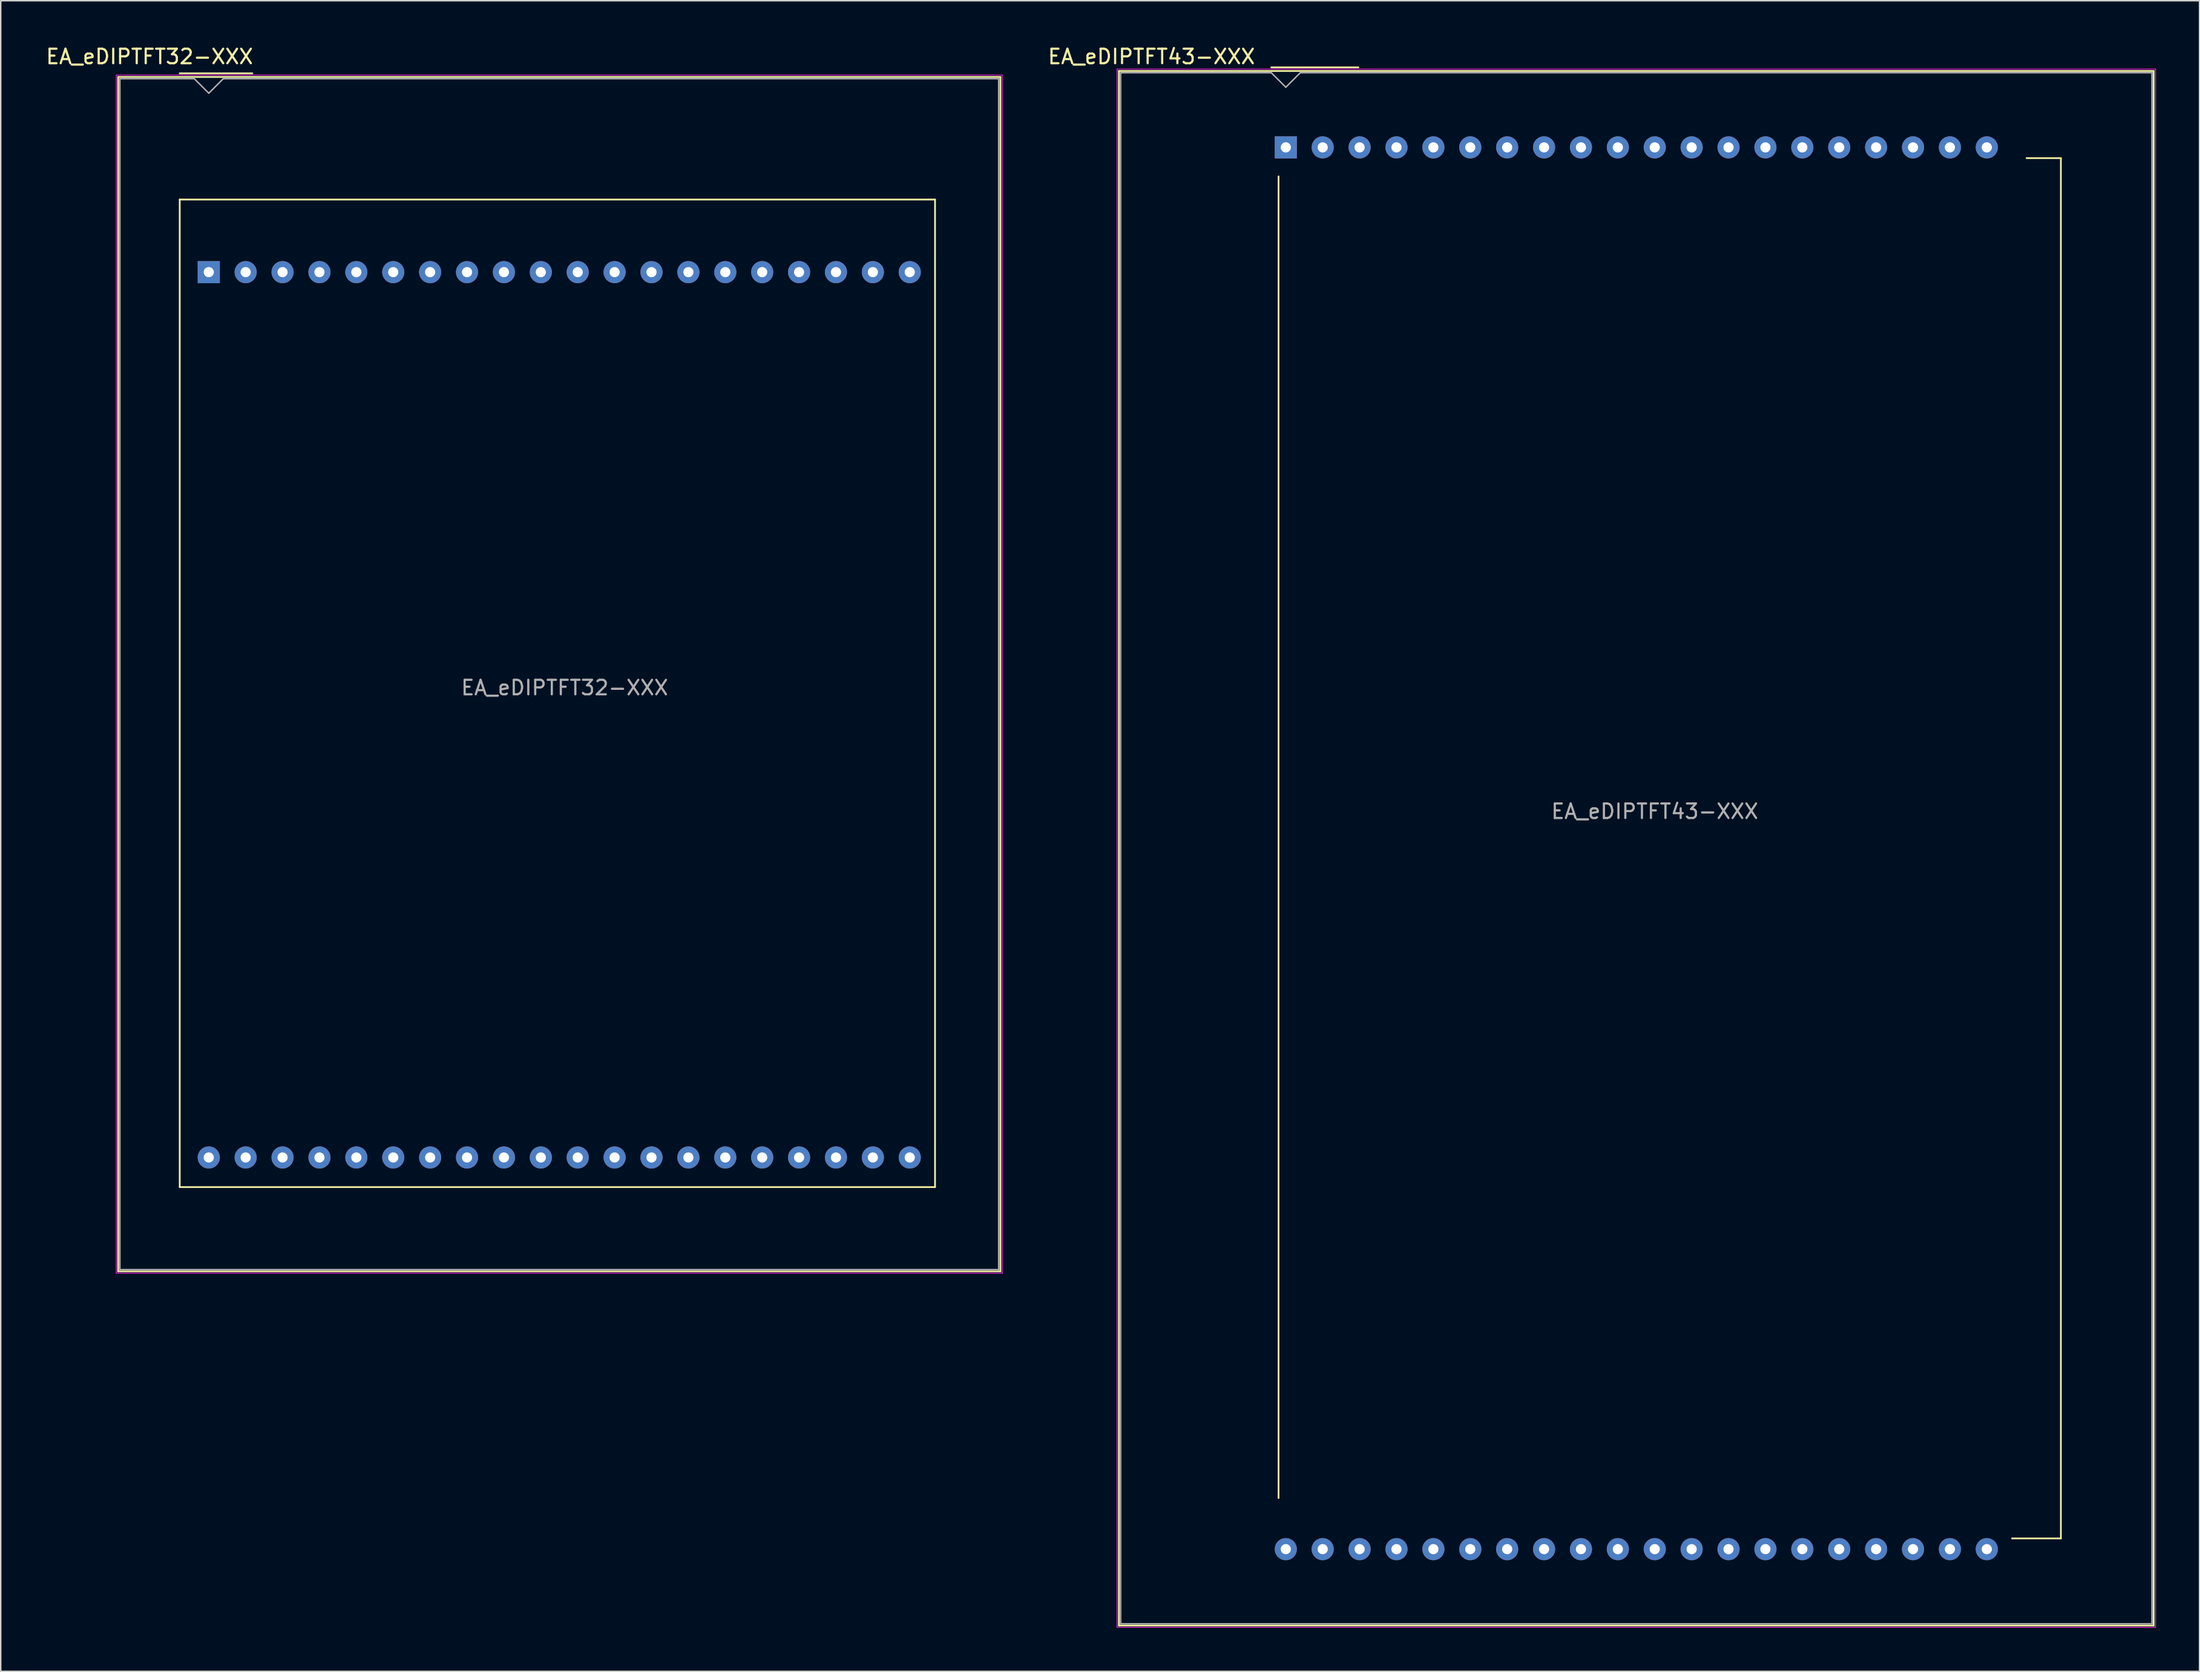
<source format=kicad_pcb>
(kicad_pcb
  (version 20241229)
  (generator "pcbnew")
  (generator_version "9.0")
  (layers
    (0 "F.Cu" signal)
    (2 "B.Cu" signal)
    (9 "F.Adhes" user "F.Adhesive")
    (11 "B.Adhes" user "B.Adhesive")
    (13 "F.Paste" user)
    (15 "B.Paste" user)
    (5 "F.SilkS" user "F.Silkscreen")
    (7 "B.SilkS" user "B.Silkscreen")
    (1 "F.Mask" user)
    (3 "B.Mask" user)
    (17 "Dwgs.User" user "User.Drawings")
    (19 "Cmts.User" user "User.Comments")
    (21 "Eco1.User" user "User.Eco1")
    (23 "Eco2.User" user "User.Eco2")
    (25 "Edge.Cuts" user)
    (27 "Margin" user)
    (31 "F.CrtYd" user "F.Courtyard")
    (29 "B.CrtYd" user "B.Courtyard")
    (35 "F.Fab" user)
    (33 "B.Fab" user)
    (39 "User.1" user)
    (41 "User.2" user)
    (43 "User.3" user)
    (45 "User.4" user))
  (footprint "EA_eDIPTFT43-XXX"
    (layer "F.Cu")
    (at 85.472 7.098)
    (property "Reference" "EA_eDIPTFT43-XXX" (at -9.25 -6.25 0) (layer "F.SilkS") (effects (font (size 1 1) (thickness 0.15))))
    (attr through_hole)
    (fp_line (start -11.49 -5.26) (end 59.75 -5.26) (stroke (width 0.12) (type solid)) (layer "F.SilkS"))
    (fp_line (start -11.49 101.78) (end -11.49 -5.26) (stroke (width 0.12) (type solid)) (layer "F.SilkS"))
    (fp_line (start -1 -5.51) (end 5 -5.51) (stroke (width 0.12) (type solid)) (layer "F.SilkS"))
    (fp_line (start -0.5 93) (end -0.5 2) (stroke (width 0.12) (type solid)) (layer "F.SilkS"))
    (fp_line (start 51 0.74) (end 53.36 0.74) (stroke (width 0.12) (type solid)) (layer "F.SilkS"))
    (fp_line (start 53.36 0.74) (end 53.36 95.78) (stroke (width 0.12) (type solid)) (layer "F.SilkS"))
    (fp_line (start 53.36 95.78) (end 50 95.78) (stroke (width 0.12) (type solid)) (layer "F.SilkS"))
    (fp_line (start 59.75 -5.26) (end 59.75 101.78) (stroke (width 0.12) (type solid)) (layer "F.SilkS"))
    (fp_line (start 59.75 101.78) (end -11.49 101.78) (stroke (width 0.12) (type solid)) (layer "F.SilkS"))
    (fp_line (start -11.62 -5.39) (end 59.88 -5.39) (stroke (width 0.05) (type solid)) (layer "F.CrtYd"))
    (fp_line (start -11.62 101.91) (end -11.62 -5.39) (stroke (width 0.05) (type solid)) (layer "F.CrtYd"))
    (fp_line (start 59.88 -5.39) (end 59.88 101.91) (stroke (width 0.05) (type solid)) (layer "F.CrtYd"))
    (fp_line (start 59.88 101.91) (end -11.62 101.91) (stroke (width 0.05) (type solid)) (layer "F.CrtYd"))
    (fp_line (start -11.37 -5.14) (end -1 -5.14) (stroke (width 0.1) (type solid)) (layer "F.Fab"))
    (fp_line (start -11.37 101.66) (end -11.37 -5.14) (stroke (width 0.1) (type solid)) (layer "F.Fab"))
    (fp_line (start -1 -5.14) (end 0 -4.14) (stroke (width 0.1) (type solid)) (layer "F.Fab"))
    (fp_line (start 0 -4.14) (end 1 -5.14) (stroke (width 0.1) (type solid)) (layer "F.Fab"))
    (fp_line (start 1 -5.14) (end 59.63 -5.14) (stroke (width 0.1) (type solid)) (layer "F.Fab"))
    (fp_line (start 59.63 -5.14) (end 59.63 101.66) (stroke (width 0.1) (type solid)) (layer "F.Fab"))
    (fp_line (start 59.63 101.66) (end -11.37 101.66) (stroke (width 0.1) (type solid)) (layer "F.Fab"))
    (fp_text user "${REFERENCE}" (at 25.4 45.72 0) (layer "F.Fab") (effects (font (size 1 1) (thickness 0.15))))
    (pad "1" thru_hole rect (at 0 0) (size 1.524 1.524) (drill 0.7) (layers "*.Cu" "*.Mask"))
    (pad "2" thru_hole circle (at 2.54 0) (size 1.524 1.524) (drill 0.7) (layers "*.Cu" "*.Mask"))
    (pad "3" thru_hole circle (at 5.08 0) (size 1.524 1.524) (drill 0.7) (layers "*.Cu" "*.Mask"))
    (pad "4" thru_hole circle (at 7.62 0) (size 1.524 1.524) (drill 0.7) (layers "*.Cu" "*.Mask"))
    (pad "5" thru_hole circle (at 10.16 0) (size 1.524 1.524) (drill 0.7) (layers "*.Cu" "*.Mask"))
    (pad "6" thru_hole circle (at 12.7 0) (size 1.524 1.524) (drill 0.7) (layers "*.Cu" "*.Mask"))
    (pad "7" thru_hole circle (at 15.24 0) (size 1.524 1.524) (drill 0.7) (layers "*.Cu" "*.Mask"))
    (pad "8" thru_hole circle (at 17.78 0) (size 1.524 1.524) (drill 0.7) (layers "*.Cu" "*.Mask"))
    (pad "9" thru_hole circle (at 20.32 0) (size 1.524 1.524) (drill 0.7) (layers "*.Cu" "*.Mask"))
    (pad "10" thru_hole circle (at 22.86 0) (size 1.524 1.524) (drill 0.7) (layers "*.Cu" "*.Mask"))
    (pad "11" thru_hole circle (at 25.4 0) (size 1.524 1.524) (drill 0.7) (layers "*.Cu" "*.Mask"))
    (pad "12" thru_hole circle (at 27.94 0) (size 1.524 1.524) (drill 0.7) (layers "*.Cu" "*.Mask"))
    (pad "13" thru_hole circle (at 30.48 0) (size 1.524 1.524) (drill 0.7) (layers "*.Cu" "*.Mask"))
    (pad "14" thru_hole circle (at 33.02 0) (size 1.524 1.524) (drill 0.7) (layers "*.Cu" "*.Mask"))
    (pad "15" thru_hole circle (at 35.56 0) (size 1.524 1.524) (drill 0.7) (layers "*.Cu" "*.Mask"))
    (pad "16" thru_hole circle (at 38.1 0) (size 1.524 1.524) (drill 0.7) (layers "*.Cu" "*.Mask"))
    (pad "17" thru_hole circle (at 40.64 0) (size 1.524 1.524) (drill 0.7) (layers "*.Cu" "*.Mask"))
    (pad "18" thru_hole circle (at 43.18 0) (size 1.524 1.524) (drill 0.7) (layers "*.Cu" "*.Mask"))
    (pad "19" thru_hole circle (at 45.72 0) (size 1.524 1.524) (drill 0.7) (layers "*.Cu" "*.Mask"))
    (pad "20" thru_hole circle (at 48.26 0) (size 1.524 1.524) (drill 0.7) (layers "*.Cu" "*.Mask"))
    (pad "21" thru_hole circle (at 48.26 96.52) (size 1.524 1.524) (drill 0.7) (layers "*.Cu" "*.Mask"))
    (pad "22" thru_hole circle (at 45.72 96.52) (size 1.524 1.524) (drill 0.7) (layers "*.Cu" "*.Mask"))
    (pad "23" thru_hole circle (at 43.18 96.52) (size 1.524 1.524) (drill 0.7) (layers "*.Cu" "*.Mask"))
    (pad "24" thru_hole circle (at 40.64 96.52) (size 1.524 1.524) (drill 0.7) (layers "*.Cu" "*.Mask"))
    (pad "25" thru_hole circle (at 38.1 96.52) (size 1.524 1.524) (drill 0.7) (layers "*.Cu" "*.Mask"))
    (pad "26" thru_hole circle (at 35.56 96.52) (size 1.524 1.524) (drill 0.7) (layers "*.Cu" "*.Mask"))
    (pad "27" thru_hole circle (at 33.02 96.52) (size 1.524 1.524) (drill 0.7) (layers "*.Cu" "*.Mask"))
    (pad "28" thru_hole circle (at 30.48 96.52) (size 1.524 1.524) (drill 0.7) (layers "*.Cu" "*.Mask"))
    (pad "29" thru_hole circle (at 27.94 96.52) (size 1.524 1.524) (drill 0.7) (layers "*.Cu" "*.Mask"))
    (pad "30" thru_hole circle (at 25.4 96.52) (size 1.524 1.524) (drill 0.7) (layers "*.Cu" "*.Mask"))
    (pad "31" thru_hole circle (at 22.86 96.52) (size 1.524 1.524) (drill 0.7) (layers "*.Cu" "*.Mask"))
    (pad "32" thru_hole circle (at 20.32 96.52) (size 1.524 1.524) (drill 0.7) (layers "*.Cu" "*.Mask"))
    (pad "33" thru_hole circle (at 17.78 96.52) (size 1.524 1.524) (drill 0.7) (layers "*.Cu" "*.Mask"))
    (pad "34" thru_hole circle (at 15.24 96.52) (size 1.524 1.524) (drill 0.7) (layers "*.Cu" "*.Mask"))
    (pad "35" thru_hole circle (at 12.7 96.52) (size 1.524 1.524) (drill 0.7) (layers "*.Cu" "*.Mask"))
    (pad "36" thru_hole circle (at 10.16 96.52) (size 1.524 1.524) (drill 0.7) (layers "*.Cu" "*.Mask"))
    (pad "37" thru_hole circle (at 7.62 96.52) (size 1.524 1.524) (drill 0.7) (layers "*.Cu" "*.Mask"))
    (pad "38" thru_hole circle (at 5.08 96.52) (size 1.524 1.524) (drill 0.7) (layers "*.Cu" "*.Mask"))
    (pad "39" thru_hole circle (at 2.54 96.52) (size 1.524 1.524) (drill 0.7) (layers "*.Cu" "*.Mask"))
    (pad "40" thru_hole circle (at 0 96.52) (size 1.524 1.524) (drill 0.7) (layers "*.Cu" "*.Mask")))
  (footprint "EA_eDIPTFT32-XXX"
    (layer "F.Cu")
    (at 11.323 15.689)
    (property "Reference" "EA_eDIPTFT32-XXX" (at -4.079 -14.841 0) (layer "F.SilkS") (effects (font (size 1 1) (thickness 0.15))))
    (attr through_hole)
    (fp_line (start -6.24 -13.44) (end -6.24 68.8) (stroke (width 0.12) (type solid)) (layer "F.SilkS"))
    (fp_line (start -6.24 68.8) (end 54.5 68.8) (stroke (width 0.12) (type solid)) (layer "F.SilkS"))
    (fp_line (start -2 -5) (end -2 63) (stroke (width 0.12) (type solid)) (layer "F.SilkS"))
    (fp_line (start -2 63) (end 50 63) (stroke (width 0.12) (type solid)) (layer "F.SilkS"))
    (fp_line (start 3 -13.69) (end -2 -13.69) (stroke (width 0.12) (type solid)) (layer "F.SilkS"))
    (fp_line (start 50 -5) (end -2 -5) (stroke (width 0.12) (type solid)) (layer "F.SilkS"))
    (fp_line (start 50 63) (end 50 -5) (stroke (width 0.12) (type solid)) (layer "F.SilkS"))
    (fp_line (start 54.5 -13.44) (end -6.24 -13.44) (stroke (width 0.12) (type solid)) (layer "F.SilkS"))
    (fp_line (start 54.5 68.8) (end 54.5 -13.44) (stroke (width 0.12) (type solid)) (layer "F.SilkS"))
    (fp_line (start -6.37 -13.57) (end -6.37 68.93) (stroke (width 0.05) (type solid)) (layer "F.CrtYd"))
    (fp_line (start -6.37 68.93) (end 54.63 68.93) (stroke (width 0.05) (type solid)) (layer "F.CrtYd"))
    (fp_line (start 54.63 -13.57) (end -6.37 -13.57) (stroke (width 0.05) (type solid)) (layer "F.CrtYd"))
    (fp_line (start 54.63 68.93) (end 54.63 -13.57) (stroke (width 0.05) (type solid)) (layer "F.CrtYd"))
    (fp_line (start -6.12 -13.32) (end -6.12 68.68) (stroke (width 0.1) (type solid)) (layer "F.Fab"))
    (fp_line (start -6.12 68.68) (end 54.38 68.68) (stroke (width 0.1) (type solid)) (layer "F.Fab"))
    (fp_line (start -1 -13.32) (end -6.12 -13.32) (stroke (width 0.1) (type solid)) (layer "F.Fab"))
    (fp_line (start 0 -12.32) (end -1 -13.32) (stroke (width 0.1) (type solid)) (layer "F.Fab"))
    (fp_line (start 1 -13.32) (end 0 -12.32) (stroke (width 0.1) (type solid)) (layer "F.Fab"))
    (fp_line (start 54.38 -13.32) (end 1 -13.32) (stroke (width 0.1) (type solid)) (layer "F.Fab"))
    (fp_line (start 54.38 68.68) (end 54.38 -13.32) (stroke (width 0.1) (type solid)) (layer "F.Fab"))
    (fp_text user "${REFERENCE}" (at 24.498 28.613 0) (layer "F.Fab") (effects (font (size 1 1) (thickness 0.15))))
    (pad "1" thru_hole rect (at 0 0) (size 1.524 1.524) (drill 0.7) (layers "*.Cu" "*.Mask"))
    (pad "2" thru_hole circle (at 2.54 0 90) (size 1.524 1.524) (drill 0.7) (layers "*.Cu" "*.Mask"))
    (pad "3" thru_hole circle (at 5.08 0 90) (size 1.524 1.524) (drill 0.7) (layers "*.Cu" "*.Mask"))
    (pad "4" thru_hole circle (at 7.62 0 90) (size 1.524 1.524) (drill 0.7) (layers "*.Cu" "*.Mask"))
    (pad "5" thru_hole circle (at 10.16 0 90) (size 1.524 1.524) (drill 0.7) (layers "*.Cu" "*.Mask"))
    (pad "6" thru_hole circle (at 12.7 0 90) (size 1.524 1.524) (drill 0.7) (layers "*.Cu" "*.Mask"))
    (pad "7" thru_hole circle (at 15.24 0 90) (size 1.524 1.524) (drill 0.7) (layers "*.Cu" "*.Mask"))
    (pad "8" thru_hole circle (at 17.78 0 90) (size 1.524 1.524) (drill 0.7) (layers "*.Cu" "*.Mask"))
    (pad "9" thru_hole circle (at 20.32 0 90) (size 1.524 1.524) (drill 0.7) (layers "*.Cu" "*.Mask"))
    (pad "10" thru_hole circle (at 22.86 0 90) (size 1.524 1.524) (drill 0.7) (layers "*.Cu" "*.Mask"))
    (pad "11" thru_hole circle (at 25.4 0 90) (size 1.524 1.524) (drill 0.7) (layers "*.Cu" "*.Mask"))
    (pad "12" thru_hole circle (at 27.94 0 90) (size 1.524 1.524) (drill 0.7) (layers "*.Cu" "*.Mask"))
    (pad "13" thru_hole circle (at 30.48 0 90) (size 1.524 1.524) (drill 0.7) (layers "*.Cu" "*.Mask"))
    (pad "14" thru_hole circle (at 33.02 0 90) (size 1.524 1.524) (drill 0.7) (layers "*.Cu" "*.Mask"))
    (pad "15" thru_hole circle (at 35.56 0 90) (size 1.524 1.524) (drill 0.7) (layers "*.Cu" "*.Mask"))
    (pad "16" thru_hole circle (at 38.1 0 90) (size 1.524 1.524) (drill 0.7) (layers "*.Cu" "*.Mask"))
    (pad "17" thru_hole circle (at 40.64 0 90) (size 1.524 1.524) (drill 0.7) (layers "*.Cu" "*.Mask"))
    (pad "18" thru_hole circle (at 43.18 0 90) (size 1.524 1.524) (drill 0.7) (layers "*.Cu" "*.Mask"))
    (pad "19" thru_hole circle (at 45.72 0 90) (size 1.524 1.524) (drill 0.7) (layers "*.Cu" "*.Mask"))
    (pad "20" thru_hole circle (at 48.26 0 90) (size 1.524 1.524) (drill 0.7) (layers "*.Cu" "*.Mask"))
    (pad "21" thru_hole circle (at 48.26 60.96 90) (size 1.524 1.524) (drill 0.7) (layers "*.Cu" "*.Mask"))
    (pad "22" thru_hole circle (at 45.72 60.96 90) (size 1.524 1.524) (drill 0.7) (layers "*.Cu" "*.Mask"))
    (pad "23" thru_hole circle (at 43.18 60.96 90) (size 1.524 1.524) (drill 0.7) (layers "*.Cu" "*.Mask"))
    (pad "24" thru_hole circle (at 40.64 60.96 90) (size 1.524 1.524) (drill 0.7) (layers "*.Cu" "*.Mask"))
    (pad "25" thru_hole circle (at 38.1 60.96 90) (size 1.524 1.524) (drill 0.7) (layers "*.Cu" "*.Mask"))
    (pad "26" thru_hole circle (at 35.56 60.96 90) (size 1.524 1.524) (drill 0.7) (layers "*.Cu" "*.Mask"))
    (pad "27" thru_hole circle (at 33.02 60.96 90) (size 1.524 1.524) (drill 0.7) (layers "*.Cu" "*.Mask"))
    (pad "28" thru_hole circle (at 30.48 60.96 90) (size 1.524 1.524) (drill 0.7) (layers "*.Cu" "*.Mask"))
    (pad "29" thru_hole circle (at 27.94 60.96 90) (size 1.524 1.524) (drill 0.7) (layers "*.Cu" "*.Mask"))
    (pad "30" thru_hole circle (at 25.4 60.96 90) (size 1.524 1.524) (drill 0.7) (layers "*.Cu" "*.Mask"))
    (pad "31" thru_hole circle (at 22.86 60.96 90) (size 1.524 1.524) (drill 0.7) (layers "*.Cu" "*.Mask"))
    (pad "32" thru_hole circle (at 20.32 60.96 90) (size 1.524 1.524) (drill 0.7) (layers "*.Cu" "*.Mask"))
    (pad "33" thru_hole circle (at 17.78 60.96 90) (size 1.524 1.524) (drill 0.7) (layers "*.Cu" "*.Mask"))
    (pad "34" thru_hole circle (at 15.24 60.96 90) (size 1.524 1.524) (drill 0.7) (layers "*.Cu" "*.Mask"))
    (pad "35" thru_hole circle (at 12.7 60.96 90) (size 1.524 1.524) (drill 0.7) (layers "*.Cu" "*.Mask"))
    (pad "36" thru_hole circle (at 10.16 60.96 90) (size 1.524 1.524) (drill 0.7) (layers "*.Cu" "*.Mask"))
    (pad "37" thru_hole circle (at 7.62 60.96 90) (size 1.524 1.524) (drill 0.7) (layers "*.Cu" "*.Mask"))
    (pad "38" thru_hole circle (at 5.08 60.96 90) (size 1.524 1.524) (drill 0.7) (layers "*.Cu" "*.Mask"))
    (pad "39" thru_hole circle (at 2.54 60.96 90) (size 1.524 1.524) (drill 0.7) (layers "*.Cu" "*.Mask"))
    (pad "40" thru_hole circle (at 0 60.96 90) (size 1.524 1.524) (drill 0.7) (layers "*.Cu" "*.Mask")))
  (gr_rect
    (start -3 -3)
    (end 148.377 112.033)
    (stroke (width 0.1) (type default))
    (fill no)
    (layer "Edge.Cuts")))
</source>
